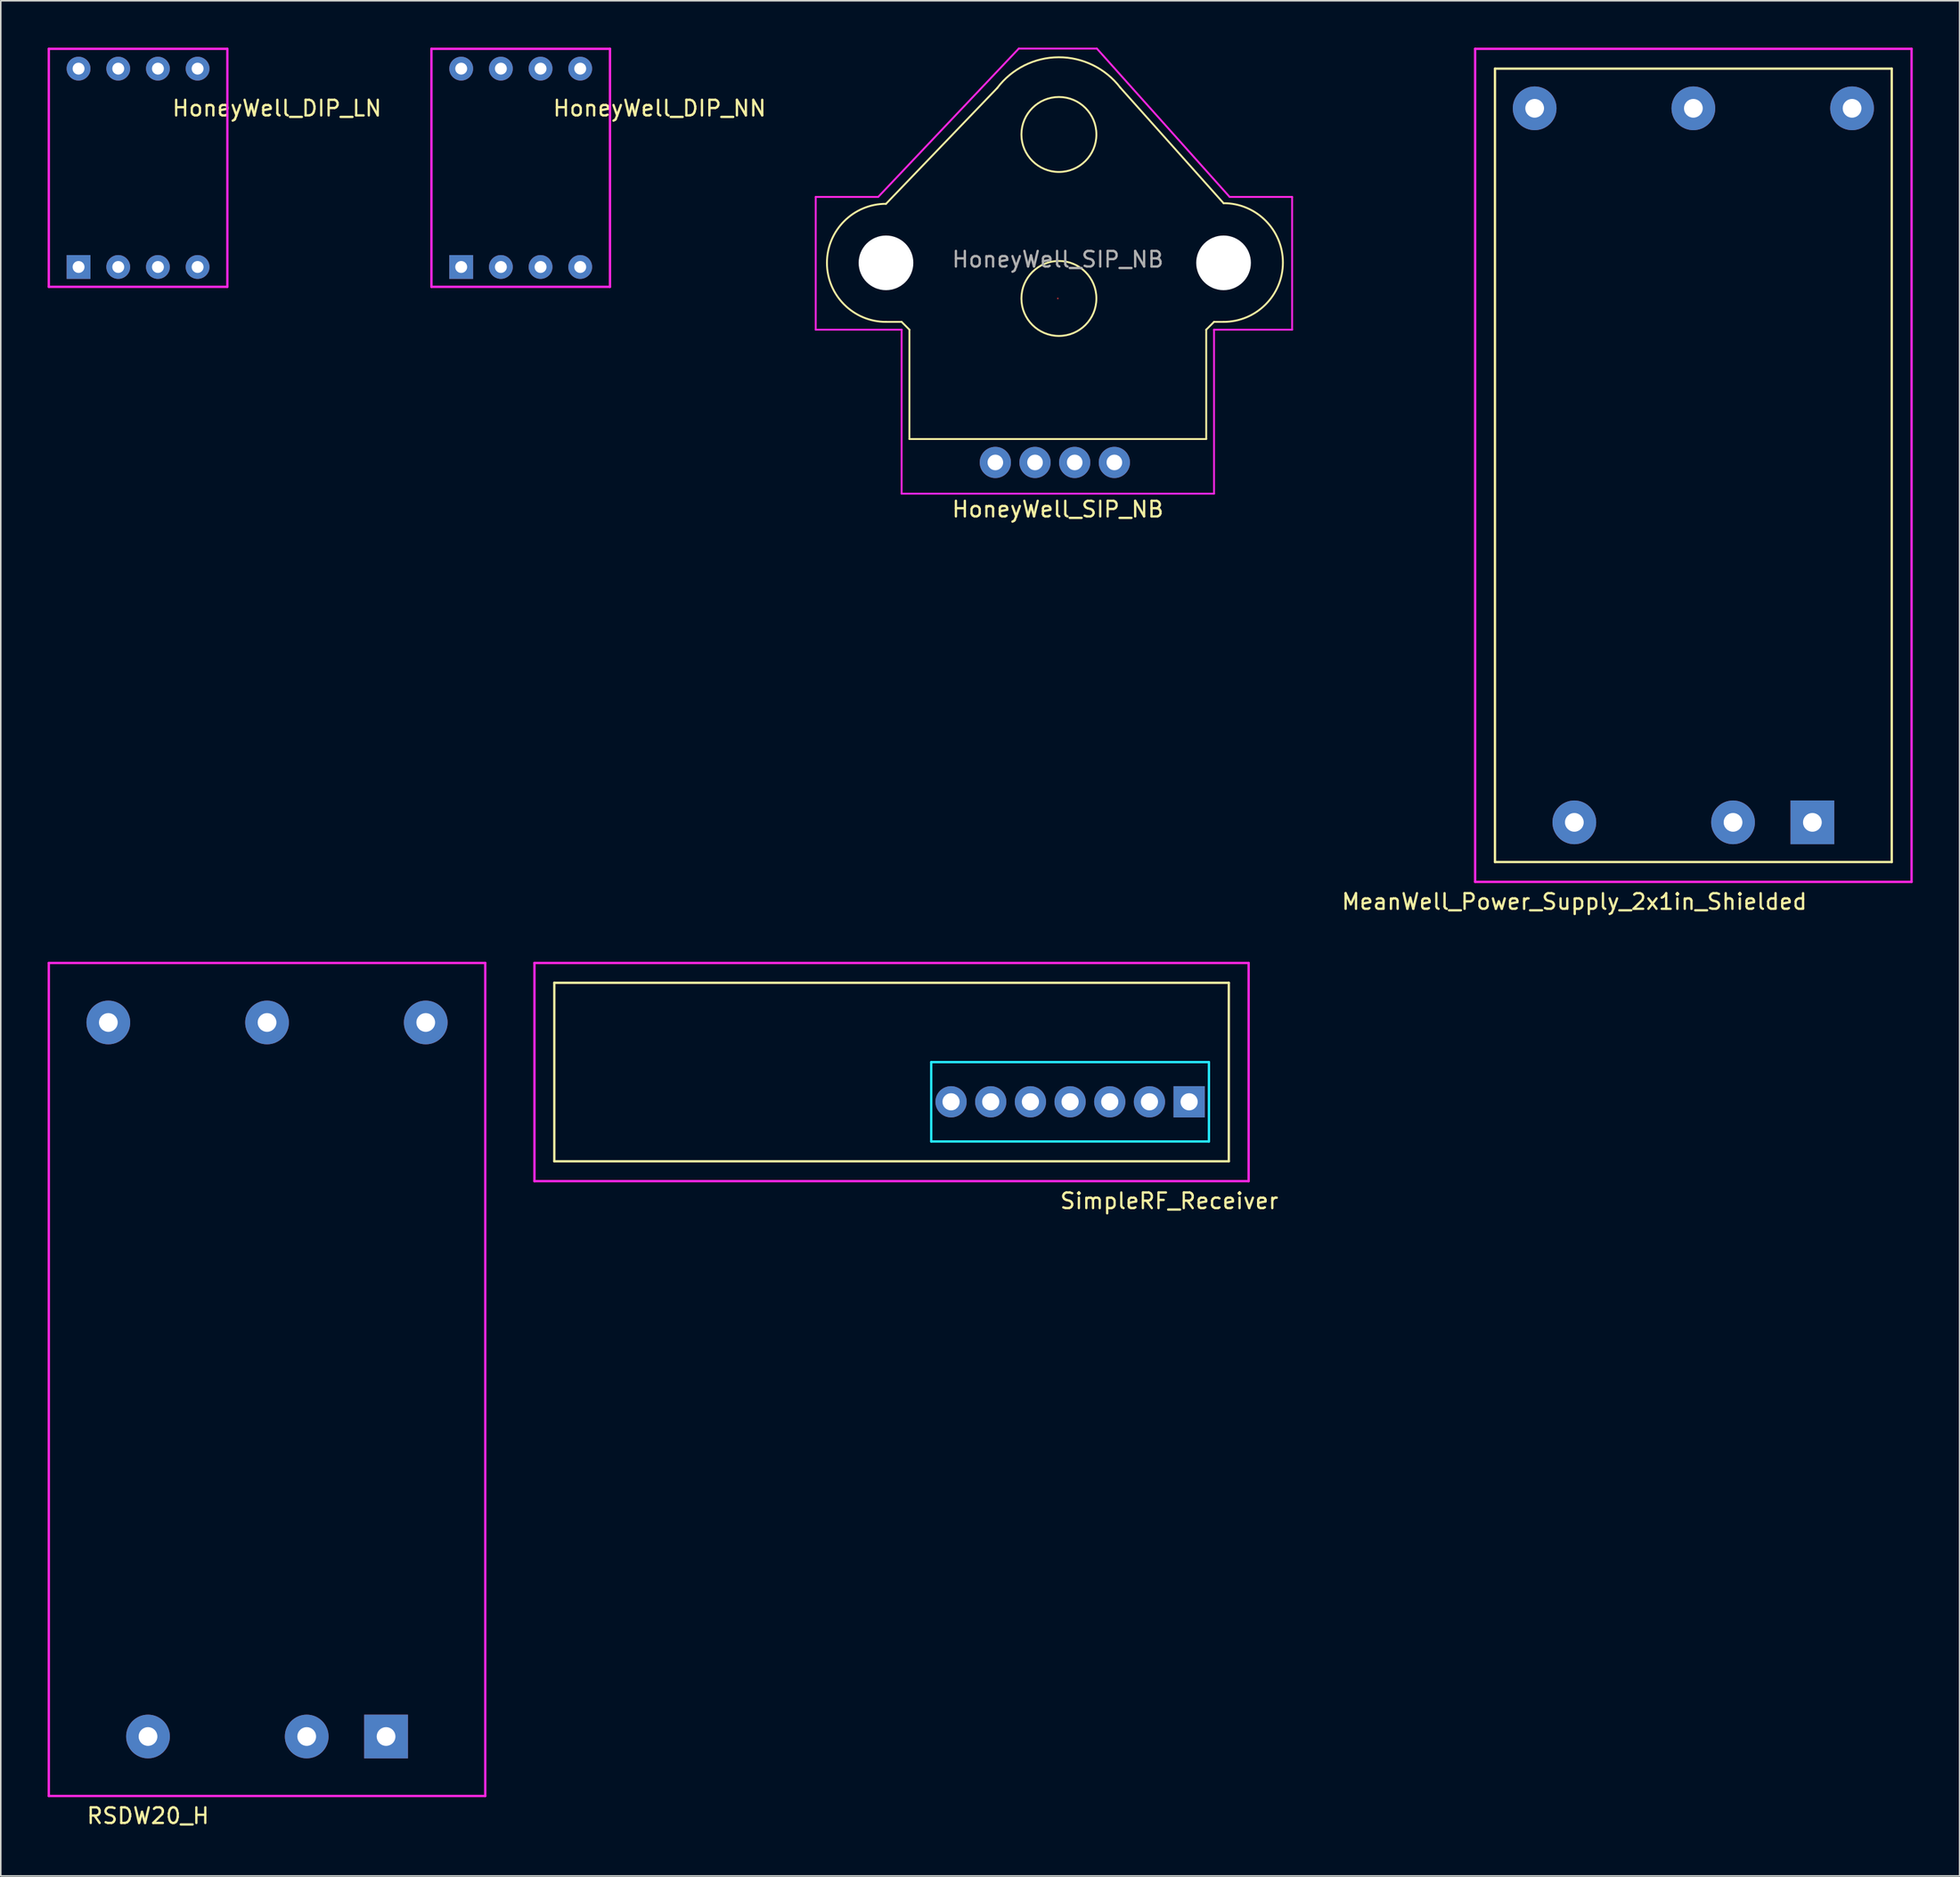
<source format=kicad_pcb>
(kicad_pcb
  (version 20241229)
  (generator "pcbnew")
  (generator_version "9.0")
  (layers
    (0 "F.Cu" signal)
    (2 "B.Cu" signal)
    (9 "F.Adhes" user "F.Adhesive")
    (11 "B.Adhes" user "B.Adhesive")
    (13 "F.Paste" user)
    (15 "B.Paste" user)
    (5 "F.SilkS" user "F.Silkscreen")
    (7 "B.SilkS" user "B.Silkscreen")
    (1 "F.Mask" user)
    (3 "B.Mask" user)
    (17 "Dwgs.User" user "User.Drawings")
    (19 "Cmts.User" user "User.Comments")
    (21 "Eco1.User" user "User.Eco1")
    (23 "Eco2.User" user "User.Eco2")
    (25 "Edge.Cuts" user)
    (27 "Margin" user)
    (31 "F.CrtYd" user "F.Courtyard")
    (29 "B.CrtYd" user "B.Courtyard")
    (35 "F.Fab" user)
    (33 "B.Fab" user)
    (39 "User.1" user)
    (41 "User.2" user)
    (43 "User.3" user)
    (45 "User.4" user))
  (footprint "HoneyWell_DIP_LN"
    (layer "F.Cu")
    (at 5.79 7.695)
    (property "Reference" "HoneyWell_DIP_LN" (at 8.89 -3.81 0) (layer "F.SilkS") (effects (font (size 1 1) (thickness 0.15))))
    (attr through_hole)
    (fp_line (start -5.08 -5.08) (end -5.08 5.08) (stroke (width 0.15) (type solid)) (layer "B.Paste"))
    (fp_line (start -5.08 5.08) (end 5.08 5.08) (stroke (width 0.15) (type solid)) (layer "B.Paste"))
    (fp_line (start 5.08 -5.08) (end -5.08 -5.08) (stroke (width 0.15) (type solid)) (layer "B.Paste"))
    (fp_line (start 5.08 5.08) (end 5.08 -5.08) (stroke (width 0.15) (type solid)) (layer "B.Paste"))
    (fp_circle (center 0 0) (end 1.27 -1.27) (stroke (width 0.15) (type solid)) (fill no) (layer "B.Paste"))
    (fp_line (start -5.715 -7.62) (end -5.715 7.62) (stroke (width 0.15) (type solid)) (layer "F.CrtYd"))
    (fp_line (start -5.715 7.62) (end 5.715 7.62) (stroke (width 0.15) (type solid)) (layer "F.CrtYd"))
    (fp_line (start 5.715 -7.62) (end -5.715 -7.62) (stroke (width 0.15) (type solid)) (layer "F.CrtYd"))
    (fp_line (start 5.715 7.62) (end 5.715 -7.62) (stroke (width 0.15) (type solid)) (layer "F.CrtYd"))
    (pad "1" thru_hole rect (at -3.81 6.35) (size 1.524 1.524) (drill 0.762) (layers "*.Cu" "*.Mask"))
    (pad "2" thru_hole circle (at -1.27 6.35) (size 1.524 1.524) (drill 0.762) (layers "*.Cu" "*.Mask"))
    (pad "3" thru_hole circle (at 1.27 6.35) (size 1.524 1.524) (drill 0.762) (layers "*.Cu" "*.Mask"))
    (pad "4" thru_hole circle (at 3.81 6.35) (size 1.524 1.524) (drill 0.762) (layers "*.Cu" "*.Mask"))
    (pad "5" thru_hole circle (at 3.81 -6.35) (size 1.524 1.524) (drill 0.762) (layers "*.Cu" "*.Mask"))
    (pad "6" thru_hole circle (at 1.27 -6.35) (size 1.524 1.524) (drill 0.762) (layers "*.Cu" "*.Mask"))
    (pad "7" thru_hole circle (at -1.27 -6.35) (size 1.524 1.524) (drill 0.762) (layers "*.Cu" "*.Mask"))
    (pad "8" thru_hole circle (at -3.81 -6.35) (size 1.524 1.524) (drill 0.762) (layers "*.Cu" "*.Mask")))
  (footprint "SimpleRF_Receiver"
    (layer "F.Cu")
    (at 73.075 67.498)
    (property "Reference" "SimpleRF_Receiver" (at -1.27 6.35 0) (layer "F.SilkS") (effects (font (size 1 1) (thickness 0.15))))
    (attr through_hole)
    (fp_line (start -40.64 -7.62) (end -40.64 3.81) (stroke (width 0.15) (type solid)) (layer "F.SilkS"))
    (fp_line (start -40.64 3.81) (end 2.54 3.81) (stroke (width 0.15) (type solid)) (layer "F.SilkS"))
    (fp_line (start 2.54 -7.62) (end -40.64 -7.62) (stroke (width 0.15) (type solid)) (layer "F.SilkS"))
    (fp_line (start 2.54 3.81) (end 2.54 -7.62) (stroke (width 0.15) (type solid)) (layer "F.SilkS"))
    (fp_line (start -16.51 -2.54) (end -16.51 2.54) (stroke (width 0.15) (type solid)) (layer "B.CrtYd"))
    (fp_line (start -16.51 2.54) (end 1.27 2.54) (stroke (width 0.15) (type solid)) (layer "B.CrtYd"))
    (fp_line (start 1.27 -2.54) (end -16.51 -2.54) (stroke (width 0.15) (type solid)) (layer "B.CrtYd"))
    (fp_line (start 1.27 2.54) (end 1.27 -2.54) (stroke (width 0.15) (type solid)) (layer "B.CrtYd"))
    (fp_line (start -41.91 -8.89) (end -41.91 5.08) (stroke (width 0.15) (type solid)) (layer "F.CrtYd"))
    (fp_line (start -41.91 5.08) (end 3.81 5.08) (stroke (width 0.15) (type solid)) (layer "F.CrtYd"))
    (fp_line (start 3.81 -8.89) (end -41.91 -8.89) (stroke (width 0.15) (type solid)) (layer "F.CrtYd"))
    (fp_line (start 3.81 5.08) (end 3.81 -8.89) (stroke (width 0.15) (type solid)) (layer "F.CrtYd"))
    (pad "1" thru_hole rect (at 0 0) (size 2 2) (drill 1.1) (layers "*.Cu" "*.Mask"))
    (pad "2" thru_hole circle (at -2.54 0) (size 2 2) (drill 1.1) (layers "*.Cu" "*.Mask"))
    (pad "3" thru_hole circle (at -5.08 0) (size 2 2) (drill 1.1) (layers "*.Cu" "*.Mask"))
    (pad "4" thru_hole circle (at -7.62 0) (size 2 2) (drill 1.1) (layers "*.Cu" "*.Mask"))
    (pad "5" thru_hole circle (at -10.16 0) (size 2 2) (drill 1.1) (layers "*.Cu" "*.Mask"))
    (pad "6" thru_hole circle (at -12.7 0) (size 2 2) (drill 1.1) (layers "*.Cu" "*.Mask"))
    (pad "7" thru_hole circle (at -15.24 0) (size 2 2) (drill 1.1) (layers "*.Cu" "*.Mask")))
  (footprint "RSDW20_H"
    (layer "F.Cu")
    (at 14.045 85.278)
    (property "Reference" "RSDW20_H" (at -7.62 27.94 0) (layer "F.SilkS") (effects (font (size 1 1) (thickness 0.15))))
    (attr through_hole)
    (fp_line (start -12.7 -25.4) (end -12.7 25.4) (stroke (width 0.15) (type solid)) (layer "B.Paste"))
    (fp_line (start -12.7 25.4) (end 12.7 25.4) (stroke (width 0.15) (type solid)) (layer "B.Paste"))
    (fp_line (start 12.7 -25.4) (end -12.7 -25.4) (stroke (width 0.15) (type solid)) (layer "B.Paste"))
    (fp_line (start 12.7 25.4) (end 12.7 -25.4) (stroke (width 0.15) (type solid)) (layer "B.Paste"))
    (fp_line (start -13.97 -26.67) (end -13.97 26.67) (stroke (width 0.15) (type solid)) (layer "F.CrtYd"))
    (fp_line (start -13.97 26.67) (end 13.97 26.67) (stroke (width 0.15) (type solid)) (layer "F.CrtYd"))
    (fp_line (start 13.97 -26.67) (end -13.97 -26.67) (stroke (width 0.15) (type solid)) (layer "F.CrtYd"))
    (fp_line (start 13.97 26.67) (end 13.97 -26.67) (stroke (width 0.15) (type solid)) (layer "F.CrtYd"))
    (pad "1" thru_hole rect (at 7.62 22.86) (size 2.8 2.8) (drill 1.2) (layers "*.Cu" "*.Mask"))
    (pad "2" thru_hole circle (at 2.54 22.86) (size 2.8 2.8) (drill 1.2) (layers "*.Cu" "*.Mask"))
    (pad "3" thru_hole circle (at 10.16 -22.86) (size 2.8 2.8) (drill 1.2) (layers "*.Cu" "*.Mask"))
    (pad "4" thru_hole circle (at -10.16 -22.86) (size 2.8 2.8) (drill 1.2) (layers "*.Cu" "*.Mask"))
    (pad "5" thru_hole circle (at 0 -22.86) (size 2.8 2.8) (drill 1.2) (layers "*.Cu" "*.Mask"))
    (pad "6" thru_hole circle (at -7.62 22.86) (size 2.8 2.8) (drill 1.2) (layers "*.Cu" "*.Mask")))
  (footprint "MeanWell_Power_Supply_2x1in_Shielded"
    (layer "F.Cu")
    (at 105.356 26.745)
    (property "Reference" "MeanWell_Power_Supply_2x1in_Shielded" (at -7.62 27.94 0) (layer "F.SilkS") (effects (font (size 1 1) (thickness 0.15))))
    (attr through_hole)
    (fp_line (start -12.7 -25.4) (end -12.7 25.4) (stroke (width 0.15) (type solid)) (layer "F.SilkS"))
    (fp_line (start -12.7 25.4) (end 12.7 25.4) (stroke (width 0.15) (type solid)) (layer "F.SilkS"))
    (fp_line (start 12.7 -25.4) (end -12.7 -25.4) (stroke (width 0.15) (type solid)) (layer "F.SilkS"))
    (fp_line (start 12.7 25.4) (end 12.7 -25.4) (stroke (width 0.15) (type solid)) (layer "F.SilkS"))
    (fp_line (start -13.97 -26.67) (end -13.97 26.67) (stroke (width 0.15) (type solid)) (layer "F.CrtYd"))
    (fp_line (start -13.97 26.67) (end 13.97 26.67) (stroke (width 0.15) (type solid)) (layer "F.CrtYd"))
    (fp_line (start 13.97 -26.67) (end -13.97 -26.67) (stroke (width 0.15) (type solid)) (layer "F.CrtYd"))
    (fp_line (start 13.97 26.67) (end 13.97 -26.67) (stroke (width 0.15) (type solid)) (layer "F.CrtYd"))
    (pad "1" thru_hole rect (at 7.62 22.86) (size 2.8 2.8) (drill 1.2) (layers "*.Cu" "*.Mask"))
    (pad "2" thru_hole circle (at 2.54 22.86) (size 2.8 2.8) (drill 1.2) (layers "*.Cu" "*.Mask"))
    (pad "3" thru_hole circle (at 10.16 -22.86) (size 2.8 2.8) (drill 1.2) (layers "*.Cu" "*.Mask"))
    (pad "4" thru_hole circle (at -10.16 -22.86) (size 2.8 2.8) (drill 1.2) (layers "*.Cu" "*.Mask"))
    (pad "5" thru_hole circle (at 0 -22.86) (size 2.8 2.8) (drill 1.2) (layers "*.Cu" "*.Mask"))
    (pad "6" thru_hole circle (at -7.62 22.86) (size 2.8 2.8) (drill 1.2) (layers "*.Cu" "*.Mask")))
  (footprint "HoneyWell_DIP_NN"
    (layer "F.Cu")
    (at 30.285 7.695)
    (property "Reference" "HoneyWell_DIP_NN" (at 8.89 -3.81 0) (layer "F.SilkS") (effects (font (size 1 1) (thickness 0.15))))
    (attr through_hole)
    (fp_line (start -5.08 -5.08) (end -5.08 5.08) (stroke (width 0.15) (type solid)) (layer "B.Paste"))
    (fp_line (start -5.08 5.08) (end 5.08 5.08) (stroke (width 0.15) (type solid)) (layer "B.Paste"))
    (fp_line (start 5.08 -5.08) (end -5.08 -5.08) (stroke (width 0.15) (type solid)) (layer "B.Paste"))
    (fp_line (start 5.08 5.08) (end 5.08 -5.08) (stroke (width 0.15) (type solid)) (layer "B.Paste"))
    (fp_circle (center 0 0) (end 1.27 -1.27) (stroke (width 0.15) (type solid)) (fill no) (layer "B.Paste"))
    (fp_line (start -5.715 -7.62) (end -5.715 7.62) (stroke (width 0.15) (type solid)) (layer "F.CrtYd"))
    (fp_line (start -5.715 7.62) (end 5.715 7.62) (stroke (width 0.15) (type solid)) (layer "F.CrtYd"))
    (fp_line (start 5.715 -7.62) (end -5.715 -7.62) (stroke (width 0.15) (type solid)) (layer "F.CrtYd"))
    (fp_line (start 5.715 7.62) (end 5.715 -7.62) (stroke (width 0.15) (type solid)) (layer "F.CrtYd"))
    (pad "1" thru_hole rect (at -3.81 6.35) (size 1.524 1.524) (drill 0.762) (layers "*.Cu" "*.Mask"))
    (pad "2" thru_hole circle (at -1.27 6.35) (size 1.524 1.524) (drill 0.762) (layers "*.Cu" "*.Mask"))
    (pad "3" thru_hole circle (at 1.27 6.35) (size 1.524 1.524) (drill 0.762) (layers "*.Cu" "*.Mask"))
    (pad "4" thru_hole circle (at 3.81 6.35) (size 1.524 1.524) (drill 0.762) (layers "*.Cu" "*.Mask"))
    (pad "5" thru_hole circle (at 3.81 -6.35) (size 1.524 1.524) (drill 0.762) (layers "*.Cu" "*.Mask"))
    (pad "6" thru_hole circle (at 1.27 -6.35) (size 1.524 1.524) (drill 0.762) (layers "*.Cu" "*.Mask"))
    (pad "7" thru_hole circle (at -1.27 -6.35) (size 1.524 1.524) (drill 0.762) (layers "*.Cu" "*.Mask"))
    (pad "8" thru_hole circle (at -3.81 -6.35) (size 1.524 1.524) (drill 0.762) (layers "*.Cu" "*.Mask")))
  (footprint "HoneyWell_SIP_NB"
    (layer "F.Cu")
    (at 60.67 26.56)
    (property "Reference" "HoneyWell_SIP_NB" (at 4 3 0) (layer "F.SilkS") (effects (font (size 1 1) (thickness 0.15))))
    (attr through_hole)
    (fp_line (start -6 -9) (end -7 -9) (stroke (width 0.12) (type solid)) (layer "F.SilkS"))
    (fp_line (start -5.5 -8.5) (end -6 -9) (stroke (width 0.12) (type solid)) (layer "F.SilkS"))
    (fp_line (start -5.5 -1.5) (end -5.5 -8.5) (stroke (width 0.12) (type solid)) (layer "F.SilkS"))
    (fp_line (start -5.5 -1.5) (end 13.5 -1.5) (stroke (width 0.12) (type solid)) (layer "F.SilkS"))
    (fp_line (start 0.122 -23.976) (end -7 -16.56) (stroke (width 0.12) (type solid)) (layer "F.SilkS"))
    (fp_line (start 8 -24) (end 14.61 -16.6) (stroke (width 0.12) (type solid)) (layer "F.SilkS"))
    (fp_line (start 13.5 -8.5) (end 14 -9) (stroke (width 0.12) (type solid)) (layer "F.SilkS"))
    (fp_line (start 13.5 -1.5) (end 13.5 -8.5) (stroke (width 0.12) (type solid)) (layer "F.SilkS"))
    (fp_line (start 14.61 -9) (end 14 -9) (stroke (width 0.12) (type solid)) (layer "F.SilkS"))
    (fp_arc (start -7 -9) (mid -10.78 -12.78) (end -7 -16.56) (stroke (width 0.12) (type solid)) (layer "F.SilkS"))
    (fp_arc (start 0.121866 -23.976094) (mid 4.054997 -25.944155) (end 8 -24) (stroke (width 0.12) (type solid)) (layer "F.SilkS"))
    (fp_arc (start 14.61 -16.6) (mid 18.41 -12.8) (end 14.61 -9) (stroke (width 0.12) (type solid)) (layer "F.SilkS"))
    (fp_circle (center 4.07 -21) (end 6.47 -21) (stroke (width 0.12) (type solid)) (fill no) (layer "F.SilkS"))
    (fp_circle (center 4.07 -10.5) (end 6.47 -10.5) (stroke (width 0.12) (type solid)) (fill no) (layer "F.SilkS"))
    (fp_line (start -11.5 -17) (end -11.5 -8.5) (stroke (width 0.12) (type solid)) (layer "F.CrtYd"))
    (fp_line (start -11.5 -8.5) (end -6 -8.5) (stroke (width 0.12) (type solid)) (layer "F.CrtYd"))
    (fp_line (start -7.5 -17) (end -11.5 -17) (stroke (width 0.12) (type solid)) (layer "F.CrtYd"))
    (fp_line (start -6 -8.5) (end -6 2) (stroke (width 0.12) (type solid)) (layer "F.CrtYd"))
    (fp_line (start -6 2) (end 14 2) (stroke (width 0.12) (type solid)) (layer "F.CrtYd"))
    (fp_line (start 1.5 -26.5) (end -7.5 -17) (stroke (width 0.12) (type solid)) (layer "F.CrtYd"))
    (fp_line (start 6.5 -26.5) (end 1.5 -26.5) (stroke (width 0.12) (type solid)) (layer "F.CrtYd"))
    (fp_line (start 14 -8.5) (end 19 -8.5) (stroke (width 0.12) (type solid)) (layer "F.CrtYd"))
    (fp_line (start 14 2) (end 14 -8.5) (stroke (width 0.12) (type solid)) (layer "F.CrtYd"))
    (fp_line (start 15 -17) (end 6.5 -26.5) (stroke (width 0.12) (type solid)) (layer "F.CrtYd"))
    (fp_line (start 19 -17) (end 15 -17) (stroke (width 0.12) (type solid)) (layer "F.CrtYd"))
    (fp_line (start 19 -8.5) (end 19 -17) (stroke (width 0.12) (type solid)) (layer "F.CrtYd"))
    (fp_text user "${REFERENCE}" (at 4 -13 0) (layer "F.Fab") (effects (font (size 1 1) (thickness 0.15))))
    (pad "" np_thru_hole circle (at -7 -12.78) (size 3.5 3.5) (drill 3.5) (layers "*.Cu" "*.Mask"))
    (pad "" np_thru_hole circle (at 14.61 -12.78) (size 3.5 3.5) (drill 3.5) (layers "*.Cu" "*.Mask"))
    (pad "1" thru_hole circle (at 0 0) (size 2 2) (drill 1) (layers "*.Cu" "*.Mask"))
    (pad "2" thru_hole circle (at 2.54 0) (size 2 2) (drill 1) (layers "*.Cu" "*.Mask"))
    (pad "3" thru_hole circle (at 5.08 0) (size 2 2) (drill 1) (layers "*.Cu" "*.Mask"))
    (pad "4" thru_hole circle (at 7.62 0) (size 2 2) (drill 1) (layers "*.Cu" "*.Mask"))
    (pad "~" smd circle (at 4 -10.5) (size 0.1 0.1) (layers "F.Cu")))
  (gr_rect
    (start -3 -3)
    (end 122.401 117.067)
    (stroke (width 0.1) (type default))
    (fill no)
    (layer "Edge.Cuts")))
</source>
